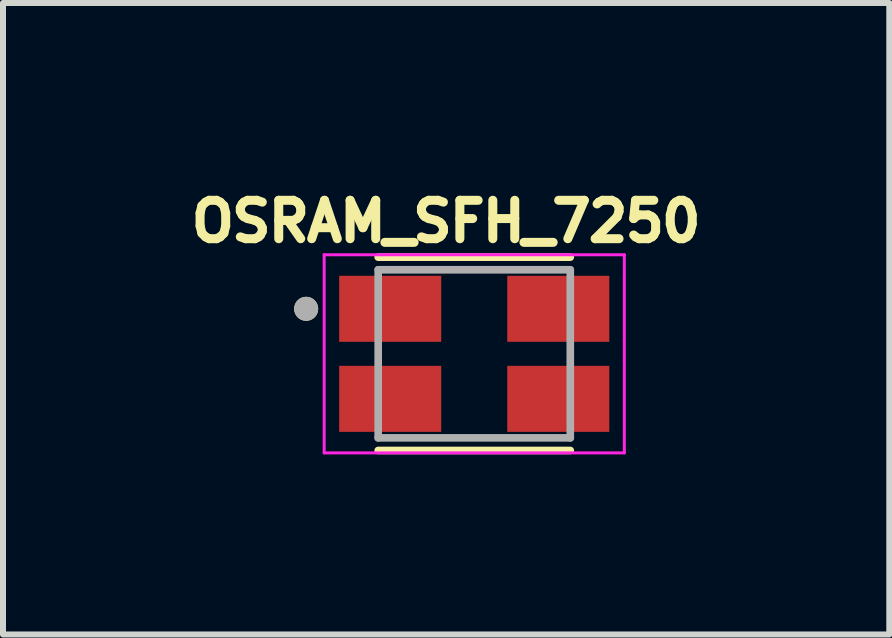
<source format=kicad_pcb>
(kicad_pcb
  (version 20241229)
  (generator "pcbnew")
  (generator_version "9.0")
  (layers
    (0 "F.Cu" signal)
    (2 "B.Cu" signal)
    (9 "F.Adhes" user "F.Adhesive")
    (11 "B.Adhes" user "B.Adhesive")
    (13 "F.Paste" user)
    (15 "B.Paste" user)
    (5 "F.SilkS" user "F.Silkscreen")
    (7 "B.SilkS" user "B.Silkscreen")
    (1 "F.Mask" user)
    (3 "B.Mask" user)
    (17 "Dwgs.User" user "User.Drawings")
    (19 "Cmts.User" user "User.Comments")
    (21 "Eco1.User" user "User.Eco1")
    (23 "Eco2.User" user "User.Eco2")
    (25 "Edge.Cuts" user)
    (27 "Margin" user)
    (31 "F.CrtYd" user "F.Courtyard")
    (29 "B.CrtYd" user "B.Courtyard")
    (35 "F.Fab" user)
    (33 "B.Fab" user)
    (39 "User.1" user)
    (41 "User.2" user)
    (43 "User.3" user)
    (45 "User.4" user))
  (footprint "OSRAM_SFH_7250"
    (layer "F.Cu")
    (at 4.85 2.844)
    (property "Reference" "OSRAM_SFH_7250" (at -0.468 -2.206 0) (layer "F.SilkS") (effects (font (size 0.64 0.64) (thickness 0.15))))
    (attr smd)
    (fp_poly (pts (xy -0.55 -1.3) (xy -0.55 -0.2) (xy -2.25 -0.2) (xy -2.25 -1.3)) (stroke (width 0.01) (type solid)) (fill yes) (layer "F.Mask"))
    (fp_poly (pts (xy -0.55 0.2) (xy -0.55 1.3) (xy -2.25 1.3) (xy -2.25 0.2)) (stroke (width 0.01) (type solid)) (fill yes) (layer "F.Mask"))
    (fp_poly (pts (xy 2.25 -1.3) (xy 2.25 -0.2) (xy 0.55 -0.2) (xy 0.55 -1.3)) (stroke (width 0.01) (type solid)) (fill yes) (layer "F.Mask"))
    (fp_poly (pts (xy 2.25 0.2) (xy 2.25 1.3) (xy 0.55 1.3) (xy 0.55 0.2)) (stroke (width 0.01) (type solid)) (fill yes) (layer "F.Mask"))
    (fp_line (start -1.6 -1.61) (end 1.6 -1.61) (stroke (width 0.127) (type solid)) (layer "F.SilkS"))
    (fp_line (start 1.6 1.61) (end -1.6 1.61) (stroke (width 0.127) (type solid)) (layer "F.SilkS"))
    (fp_circle (center -2.8 -0.75) (end -2.7 -0.75) (stroke (width 0.2) (type solid)) (fill no) (layer "F.SilkS"))
    (fp_poly (pts (xy -0.75 -1.2) (xy -0.75 -0.3) (xy -2.05 -0.3) (xy -2.05 -1.2)) (stroke (width 0.01) (type solid)) (fill yes) (layer "F.Paste"))
    (fp_poly (pts (xy -0.75 0.3) (xy -0.75 1.2) (xy -2.05 1.2) (xy -2.05 0.3)) (stroke (width 0.01) (type solid)) (fill yes) (layer "F.Paste"))
    (fp_poly (pts (xy 2.05 -1.2) (xy 2.05 -0.3) (xy 0.75 -0.3) (xy 0.75 -1.2)) (stroke (width 0.01) (type solid)) (fill yes) (layer "F.Paste"))
    (fp_poly (pts (xy 2.05 0.3) (xy 2.05 1.2) (xy 0.75 1.2) (xy 0.75 0.3)) (stroke (width 0.01) (type solid)) (fill yes) (layer "F.Paste"))
    (fp_line (start -2.5 -1.65) (end 2.5 -1.65) (stroke (width 0.05) (type solid)) (layer "F.CrtYd"))
    (fp_line (start -2.5 1.65) (end -2.5 -1.65) (stroke (width 0.05) (type solid)) (layer "F.CrtYd"))
    (fp_line (start 2.5 -1.65) (end 2.5 1.65) (stroke (width 0.05) (type solid)) (layer "F.CrtYd"))
    (fp_line (start 2.5 1.65) (end -2.5 1.65) (stroke (width 0.05) (type solid)) (layer "F.CrtYd"))
    (fp_line (start -1.6 -1.4) (end 1.6 -1.4) (stroke (width 0.127) (type solid)) (layer "F.Fab"))
    (fp_line (start -1.6 1.4) (end -1.6 -1.4) (stroke (width 0.127) (type solid)) (layer "F.Fab"))
    (fp_line (start 1.6 -1.4) (end 1.6 1.4) (stroke (width 0.127) (type solid)) (layer "F.Fab"))
    (fp_line (start 1.6 1.4) (end -1.6 1.4) (stroke (width 0.127) (type solid)) (layer "F.Fab"))
    (fp_circle (center -2.8 -0.75) (end -2.7 -0.75) (stroke (width 0.2) (type solid)) (fill no) (layer "F.Fab"))
    (pad "1" smd rect (at -1.4 -0.75) (size 1.7 1.1) (layers "F.Cu"))
    (pad "2" smd rect (at 1.4 -0.75) (size 1.7 1.1) (layers "F.Cu"))
    (pad "3" smd rect (at 1.4 0.75) (size 1.7 1.1) (layers "F.Cu"))
    (pad "4" smd rect (at -1.4 0.75) (size 1.7 1.1) (layers "F.Cu")))
  (gr_rect
    (start -3 -3)
    (end 11.764 7.519)
    (stroke (width 0.1) (type default))
    (fill no)
    (layer "Edge.Cuts")))
</source>
